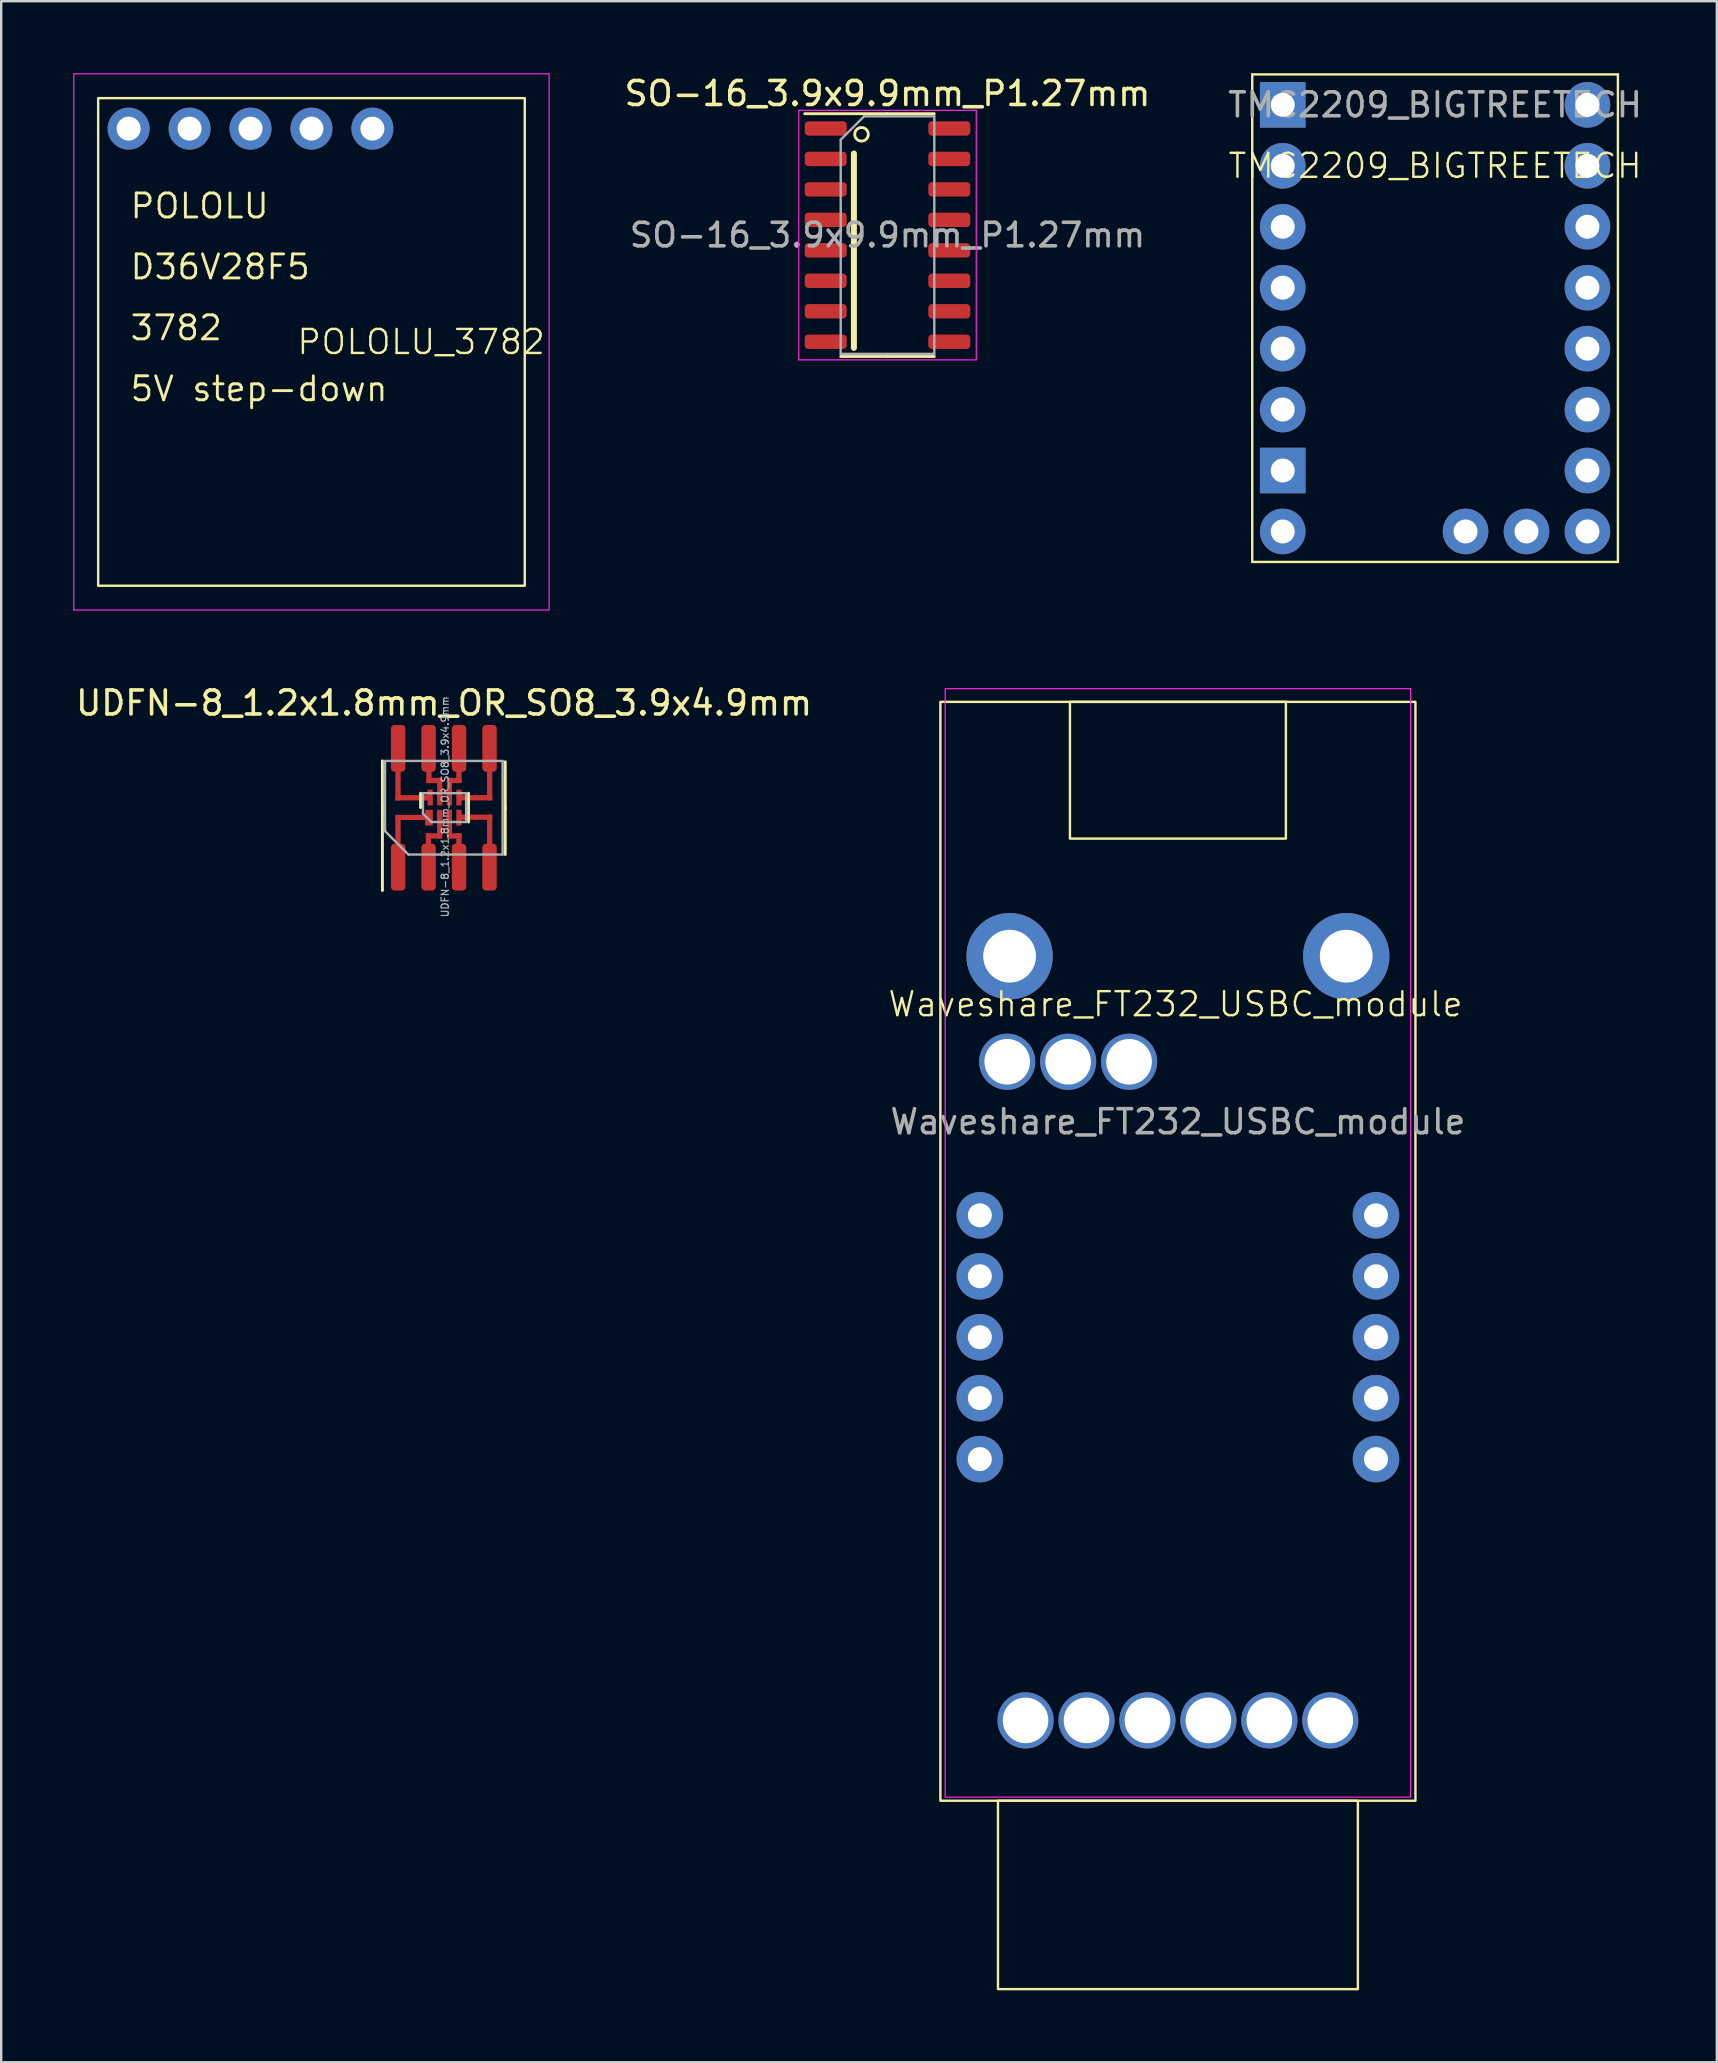
<source format=kicad_pcb>
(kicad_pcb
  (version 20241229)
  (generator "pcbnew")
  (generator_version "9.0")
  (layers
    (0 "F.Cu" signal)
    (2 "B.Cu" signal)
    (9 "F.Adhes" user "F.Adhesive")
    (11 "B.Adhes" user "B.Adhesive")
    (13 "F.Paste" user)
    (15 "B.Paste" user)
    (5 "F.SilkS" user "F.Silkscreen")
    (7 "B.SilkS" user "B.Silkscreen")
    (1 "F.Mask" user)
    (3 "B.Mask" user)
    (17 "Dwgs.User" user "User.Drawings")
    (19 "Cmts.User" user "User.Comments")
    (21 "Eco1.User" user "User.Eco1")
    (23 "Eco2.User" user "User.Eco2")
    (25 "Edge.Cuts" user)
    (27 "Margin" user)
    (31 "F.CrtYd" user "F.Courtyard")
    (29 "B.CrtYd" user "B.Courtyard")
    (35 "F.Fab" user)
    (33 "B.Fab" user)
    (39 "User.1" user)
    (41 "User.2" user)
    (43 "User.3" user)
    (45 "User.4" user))
  (footprint "SO-16_3.9x9.9mm_P1.27mm"
    (layer "F.Cu")
    (at 33.939 6.748)
    (property "Reference" "SO-16_3.9x9.9mm_P1.27mm" (at 0 -5.9 0) (layer "F.SilkS") (effects (font (size 1 1) (thickness 0.15))))
    (attr smd)
    (fp_line (start -1.4 -3.4) (end -1.4 4.7) (stroke (width 0.25) (type default)) (layer "F.SilkS"))
    (fp_line (start 0 -5.06) (end -3.45 -5.06) (stroke (width 0.12) (type solid)) (layer "F.SilkS"))
    (fp_line (start 0 -5.06) (end 1.95 -5.06) (stroke (width 0.12) (type solid)) (layer "F.SilkS"))
    (fp_line (start 0 5.06) (end -1.95 5.06) (stroke (width 0.12) (type solid)) (layer "F.SilkS"))
    (fp_line (start 0 5.06) (end 1.95 5.06) (stroke (width 0.12) (type solid)) (layer "F.SilkS"))
    (fp_circle (center -1.083 -4.2) (end -0.883 -4) (stroke (width 0.12) (type default)) (fill no) (layer "F.SilkS"))
    (fp_line (start -3.7 -5.2) (end -3.7 5.2) (stroke (width 0.05) (type solid)) (layer "F.CrtYd"))
    (fp_line (start -3.7 5.2) (end 3.7 5.2) (stroke (width 0.05) (type solid)) (layer "F.CrtYd"))
    (fp_line (start 3.7 -5.2) (end -3.7 -5.2) (stroke (width 0.05) (type solid)) (layer "F.CrtYd"))
    (fp_line (start 3.7 5.2) (end 3.7 -5.2) (stroke (width 0.05) (type solid)) (layer "F.CrtYd"))
    (fp_line (start -1.95 -3.975) (end -0.975 -4.95) (stroke (width 0.1) (type solid)) (layer "F.Fab"))
    (fp_line (start -1.95 4.95) (end -1.95 -3.975) (stroke (width 0.1) (type solid)) (layer "F.Fab"))
    (fp_line (start -0.975 -4.95) (end 1.95 -4.95) (stroke (width 0.1) (type solid)) (layer "F.Fab"))
    (fp_line (start 1.95 -4.95) (end 1.95 4.95) (stroke (width 0.1) (type solid)) (layer "F.Fab"))
    (fp_line (start 1.95 4.95) (end -1.95 4.95) (stroke (width 0.1) (type solid)) (layer "F.Fab"))
    (fp_text user "${REFERENCE}" (at 0 0 0) (layer "F.Fab") (effects (font (size 0.98 0.98) (thickness 0.15))))
    (pad "1" smd roundrect (at -2.575 -4.445) (size 1.75 0.6) (layers "F.Cu" "F.Mask" "F.Paste") (roundrect_rratio 0.25))
    (pad "2" smd roundrect (at -2.575 -3.175) (size 1.75 0.6) (layers "F.Cu" "F.Mask" "F.Paste") (roundrect_rratio 0.25))
    (pad "3" smd roundrect (at -2.575 -1.905) (size 1.75 0.6) (layers "F.Cu" "F.Mask" "F.Paste") (roundrect_rratio 0.25))
    (pad "4" smd roundrect (at -2.575 -0.635) (size 1.75 0.6) (layers "F.Cu" "F.Mask" "F.Paste") (roundrect_rratio 0.25))
    (pad "5" smd roundrect (at -2.575 0.635) (size 1.75 0.6) (layers "F.Cu" "F.Mask" "F.Paste") (roundrect_rratio 0.25))
    (pad "6" smd roundrect (at -2.575 1.905) (size 1.75 0.6) (layers "F.Cu" "F.Mask" "F.Paste") (roundrect_rratio 0.25))
    (pad "7" smd roundrect (at -2.575 3.175) (size 1.75 0.6) (layers "F.Cu" "F.Mask" "F.Paste") (roundrect_rratio 0.25))
    (pad "8" smd roundrect (at -2.575 4.445) (size 1.75 0.6) (layers "F.Cu" "F.Mask" "F.Paste") (roundrect_rratio 0.25))
    (pad "9" smd roundrect (at 2.575 4.445) (size 1.75 0.6) (layers "F.Cu" "F.Mask" "F.Paste") (roundrect_rratio 0.25))
    (pad "10" smd roundrect (at 2.575 3.175) (size 1.75 0.6) (layers "F.Cu" "F.Mask" "F.Paste") (roundrect_rratio 0.25))
    (pad "11" smd roundrect (at 2.575 1.905) (size 1.75 0.6) (layers "F.Cu" "F.Mask" "F.Paste") (roundrect_rratio 0.25))
    (pad "12" smd roundrect (at 2.575 0.635) (size 1.75 0.6) (layers "F.Cu" "F.Mask" "F.Paste") (roundrect_rratio 0.25))
    (pad "13" smd roundrect (at 2.575 -0.635) (size 1.75 0.6) (layers "F.Cu" "F.Mask" "F.Paste") (roundrect_rratio 0.25))
    (pad "14" smd roundrect (at 2.575 -1.905) (size 1.75 0.6) (layers "F.Cu" "F.Mask" "F.Paste") (roundrect_rratio 0.25))
    (pad "15" smd roundrect (at 2.575 -3.175) (size 1.75 0.6) (layers "F.Cu" "F.Mask" "F.Paste") (roundrect_rratio 0.25))
    (pad "16" smd roundrect (at 2.575 -4.445) (size 1.75 0.6) (layers "F.Cu" "F.Mask" "F.Paste") (roundrect_rratio 0.25)))
  (footprint "UDFN-8_1.2x1.8mm_OR_SO8_3.9x4.9mm"
    (layer "F.Cu")
    (at 15.448 30.61)
    (property "Reference" "UDFN-8_1.2x1.8mm_OR_SO8_3.9x4.9mm" (at 0.01 -4.36 0) (layer "F.SilkS") (effects (font (size 1 1) (thickness 0.15))))
    (attr smd)
    (fp_line (start -2.56 0) (end -2.56 -1.95) (stroke (width 0.12) (type solid)) (layer "F.SilkS"))
    (fp_line (start -2.56 0.005) (end -2.56 3.455) (stroke (width 0.12) (type solid)) (layer "F.SilkS"))
    (fp_line (start -0.97 -0.6) (end -0.97 0) (stroke (width 0.12) (type solid)) (layer "F.SilkS"))
    (fp_line (start 1.03 -0.6) (end 1.03 0.6) (stroke (width 0.12) (type solid)) (layer "F.SilkS"))
    (fp_line (start 2.56 0.005) (end 2.56 1.955) (stroke (width 0.12) (type solid)) (layer "F.SilkS"))
    (fp_line (start 2.56 0.04) (end 2.56 -1.91) (stroke (width 0.12) (type solid)) (layer "F.SilkS"))
    (fp_line (start -2.45 -1.945) (end 2.45 -1.945) (stroke (width 0.1) (type solid)) (layer "F.Fab"))
    (fp_line (start -2.45 0.98) (end -2.45 -1.945) (stroke (width 0.1) (type solid)) (layer "F.Fab"))
    (fp_line (start -1.475 1.955) (end -2.45 0.98) (stroke (width 0.1) (type solid)) (layer "F.Fab"))
    (fp_line (start -0.87 -0.6) (end 0.93 -0.6) (stroke (width 0.1) (type solid)) (layer "F.Fab"))
    (fp_line (start -0.87 0.25) (end -0.87 -0.6) (stroke (width 0.1) (type solid)) (layer "F.Fab"))
    (fp_line (start -0.52 0.6) (end -0.87 0.25) (stroke (width 0.1) (type solid)) (layer "F.Fab"))
    (fp_line (start 0.93 -0.6) (end 0.93 0.6) (stroke (width 0.1) (type solid)) (layer "F.Fab"))
    (fp_line (start 0.93 0.6) (end -0.52 0.6) (stroke (width 0.1) (type solid)) (layer "F.Fab"))
    (fp_line (start 2.45 -1.945) (end 2.45 1.955) (stroke (width 0.1) (type solid)) (layer "F.Fab"))
    (fp_line (start 2.45 1.955) (end -1.475 1.955) (stroke (width 0.1) (type solid)) (layer "F.Fab"))
    (fp_text user "${REFERENCE}" (at 0.05 -0.035 90) (layer "F.Fab") (effects (font (size 0.3 0.3) (thickness 0.05))))
    (pad "1" smd rect (at -1.91 1.08 90) (size 1.5 0.22) (layers "F.Cu"))
    (pad "1" smd roundrect (at -1.905 2.48 90) (size 1.95 0.6) (layers "F.Cu" "F.Mask" "F.Paste") (roundrect_rratio 0.25))
    (pad "1" smd rect (at -1.27 0.41 180) (size 1.5 0.22) (layers "F.Cu"))
    (pad "1" smd rect (at -0.62 0.42 90) (size 0.66 0.32) (layers "F.Cu" "F.Mask" "F.Paste"))
    (pad "2" smd rect (at -0.64 1.6 270) (size 1.06 0.22) (layers "F.Cu"))
    (pad "2" smd roundrect (at -0.635 2.48 90) (size 1.95 0.6) (layers "F.Cu" "F.Mask" "F.Paste") (roundrect_rratio 0.25))
    (pad "2" smd rect (at -0.43 1.18 180) (size 0.64 0.22) (layers "F.Cu"))
    (pad "2" smd rect (at -0.17 0.42 90) (size 0.66 0.22) (layers "F.Cu" "F.Mask" "F.Paste"))
    (pad "2" smd rect (at -0.17 0.75 90) (size 1.08 0.22) (layers "F.Cu"))
    (pad "3" smd rect (at 0.23 0.42 90) (size 0.66 0.22) (layers "F.Cu" "F.Mask" "F.Paste"))
    (pad "3" smd rect (at 0.23 0.75 90) (size 1.08 0.22) (layers "F.Cu"))
    (pad "3" smd rect (at 0.445 1.18 180) (size 0.59 0.22) (layers "F.Cu"))
    (pad "3" smd rect (at 0.63 1.61 270) (size 1.08 0.22) (layers "F.Cu"))
    (pad "3" smd roundrect (at 0.635 2.48 90) (size 1.95 0.6) (layers "F.Cu" "F.Mask" "F.Paste") (roundrect_rratio 0.25))
    (pad "4" smd rect (at 0.63 0.42 90) (size 0.66 0.22) (layers "F.Cu" "F.Mask" "F.Paste"))
    (pad "4" smd rect (at 1.285 0.4 180) (size 1.47 0.22) (layers "F.Cu"))
    (pad "4" smd roundrect (at 1.905 2.48 90) (size 1.95 0.6) (layers "F.Cu" "F.Mask" "F.Paste") (roundrect_rratio 0.25))
    (pad "4" smd rect (at 1.91 1.04 270) (size 1.5 0.22) (layers "F.Cu"))
    (pad "5" smd rect (at 0.63 -0.42 90) (size 0.66 0.22) (layers "F.Cu" "F.Mask" "F.Paste"))
    (pad "5" smd rect (at 1.285 -0.41 180) (size 1.47 0.22) (layers "F.Cu"))
    (pad "5" smd roundrect (at 1.905 -2.47 90) (size 1.95 0.6) (layers "F.Cu" "F.Mask" "F.Paste") (roundrect_rratio 0.25))
    (pad "5" smd rect (at 1.91 -1.04 270) (size 1.47 0.22) (layers "F.Cu"))
    (pad "6" smd rect (at 0.23 -0.781 270) (size 0.918 0.22) (layers "F.Cu"))
    (pad "6" smd rect (at 0.23 -0.42 90) (size 0.66 0.22) (layers "F.Cu" "F.Mask" "F.Paste"))
    (pad "6" smd rect (at 0.445 -1.13 180) (size 0.59 0.22) (layers "F.Cu"))
    (pad "6" smd rect (at 0.63 -1.6 270) (size 1.045 0.22) (layers "F.Cu"))
    (pad "6" smd roundrect (at 0.635 -2.47 90) (size 1.95 0.6) (layers "F.Cu" "F.Mask" "F.Paste") (roundrect_rratio 0.25))
    (pad "7" smd roundrect (at -0.635 -2.47 90) (size 1.95 0.6) (layers "F.Cu" "F.Mask" "F.Paste") (roundrect_rratio 0.25))
    (pad "7" smd rect (at -0.62 -1.36 270) (size 0.66 0.22) (layers "F.Cu"))
    (pad "7" smd rect (at -0.42 -1.13 180) (size 0.62 0.22) (layers "F.Cu"))
    (pad "7" smd rect (at -0.17 -0.74 270) (size 0.999 0.22) (layers "F.Cu"))
    (pad "7" smd rect (at -0.17 -0.42 90) (size 0.66 0.22) (layers "F.Cu" "F.Mask" "F.Paste"))
    (pad "8" smd rect (at -1.91 -1.05 90) (size 1.5 0.22) (layers "F.Cu"))
    (pad "8" smd roundrect (at -1.905 -2.47 90) (size 1.95 0.6) (layers "F.Cu" "F.Mask" "F.Paste") (roundrect_rratio 0.25))
    (pad "8" smd rect (at -1.27 -0.41 180) (size 1.5 0.22) (layers "F.Cu"))
    (pad "8" smd rect (at -0.57 -0.42 90) (size 0.66 0.22) (layers "F.Cu" "F.Mask" "F.Paste")))
  (footprint "Waveshare_FT232_USBC_module"
    (layer "F.Cu")
    (at 46.043 41.202)
    (property "Reference" "Waveshare_FT232_USBC_module" (at -0.1 -2.4 0) (unlocked yes) (layer "F.SilkS") (effects (font (size 1 1) (thickness 0.1))))
    (attr through_hole)
    (fp_rect (start -9.9 -15) (end 9.9 30.8) (stroke (width 0.1) (type default)) (fill no) (layer "F.SilkS"))
    (fp_rect (start -7.5 30.8) (end 7.5 38.65) (stroke (width 0.1) (type default)) (fill no) (layer "F.SilkS"))
    (fp_rect (start -4.5 -15) (end 4.5 -9.3) (stroke (width 0.1) (type default)) (fill no) (layer "F.SilkS"))
    (fp_rect (start -9.7 -15.55) (end 9.7 30.65) (stroke (width 0.05) (type default)) (fill no) (layer "F.CrtYd"))
    (fp_text user "${REFERENCE}" (at 0 2.5 0) (unlocked yes) (layer "F.Fab") (effects (font (size 1 1) (thickness 0.15))))
    (pad "" thru_hole circle (at -7.015 -4.4) (size 3.6 3.6) (drill 2.2) (layers "*.Cu" "*.Mask"))
    (pad "" thru_hole circle (at 7.015 -4.4) (size 3.6 3.6) (drill 2.2) (layers "*.Cu" "*.Mask"))
    (pad "1" thru_hole circle (at -6.35 27.45) (size 2.34 2.34) (drill 1.9) (layers "*.Cu" "*.Mask"))
    (pad "2" thru_hole circle (at -3.81 27.45) (size 2.34 2.34) (drill 1.9) (layers "*.Cu" "*.Mask"))
    (pad "3" thru_hole circle (at -1.27 27.45) (size 2.34 2.34) (drill 1.9) (layers "*.Cu" "*.Mask"))
    (pad "4" thru_hole circle (at 1.27 27.45) (size 2.34 2.34) (drill 1.9) (layers "*.Cu" "*.Mask"))
    (pad "5" thru_hole circle (at 3.81 27.45) (size 2.34 2.34) (drill 1.9) (layers "*.Cu" "*.Mask"))
    (pad "6" thru_hole circle (at 6.35 27.45) (size 2.34 2.34) (drill 1.9) (layers "*.Cu" "*.Mask"))
    (pad "7" thru_hole circle (at -7.115 0) (size 2.34 2.34) (drill 1.9) (layers "*.Cu" "*.Mask"))
    (pad "8" thru_hole circle (at -4.575 0) (size 2.34 2.34) (drill 1.9) (layers "*.Cu" "*.Mask"))
    (pad "9" thru_hole circle (at -2.035 0) (size 2.34 2.34) (drill 1.9) (layers "*.Cu" "*.Mask"))
    (pad "10" thru_hole circle (at -8.255 16.56) (size 1.94 1.94) (drill 1) (layers "*.Cu" "*.Mask"))
    (pad "11" thru_hole circle (at -8.255 14.02) (size 1.94 1.94) (drill 1) (layers "*.Cu" "*.Mask"))
    (pad "12" thru_hole circle (at -8.255 11.48) (size 1.94 1.94) (drill 1) (layers "*.Cu" "*.Mask"))
    (pad "13" thru_hole circle (at -8.255 8.94) (size 1.94 1.94) (drill 1) (layers "*.Cu" "*.Mask"))
    (pad "14" thru_hole circle (at -8.255 6.4) (size 1.94 1.94) (drill 1) (layers "*.Cu" "*.Mask"))
    (pad "15" thru_hole circle (at 8.255 16.56) (size 1.94 1.94) (drill 1) (layers "*.Cu" "*.Mask"))
    (pad "16" thru_hole circle (at 8.255 14.02 180) (size 1.94 1.94) (drill 1) (layers "*.Cu" "*.Mask"))
    (pad "17" thru_hole circle (at 8.255 11.48) (size 1.94 1.94) (drill 1) (layers "*.Cu" "*.Mask"))
    (pad "18" thru_hole circle (at 8.255 8.94) (size 1.94 1.94) (drill 1) (layers "*.Cu" "*.Mask"))
    (pad "19" thru_hole circle (at 8.255 6.4) (size 1.94 1.94) (drill 1) (layers "*.Cu" "*.Mask"))
    (zone (net_name "") (layer "F.Cu") (hatch edge 0.5) (connect_pads) (min_thickness 0.25) (filled_areas_thickness no) (keepout (tracks allowed) (vias allowed) (pads allowed) (copperpour not_allowed) (footprints allowed)) (placement (enabled no)) (fill) (polygon (pts (xy 36.043 25.402) (xy 56.043 25.402) (xy 56.043 72.102) (xy 36.043 72.102)))))
  (footprint "TMC2209_BIGTREETECH"
    (layer "F.Cu")
    (at 56.761 10.21)
    (property "Reference" "TMC2209_BIGTREETECH" (at 0 -6.35 0) (unlocked yes) (layer "F.SilkS") (effects (font (size 1 1) (thickness 0.1))))
    (attr through_hole)
    (fp_line (start -7.62 -10.16) (end 7.62 -10.16) (stroke (width 0.1) (type default)) (layer "F.SilkS"))
    (fp_line (start -7.62 10.16) (end -7.62 -10.16) (stroke (width 0.1) (type default)) (layer "F.SilkS"))
    (fp_line (start 7.62 -10.16) (end 7.62 10.16) (stroke (width 0.1) (type default)) (layer "F.SilkS"))
    (fp_line (start 7.62 10.16) (end -7.62 10.16) (stroke (width 0.1) (type default)) (layer "F.SilkS"))
    (fp_text user "${REFERENCE}" (at 0 -8.89 0) (unlocked yes) (layer "F.Fab") (effects (font (size 1 1) (thickness 0.15))))
    (pad "1" thru_hole rect (at -6.35 -8.89) (size 1.9 1.9) (drill 1) (layers "*.Cu" "*.Mask"))
    (pad "2" thru_hole circle (at -6.35 -6.35) (size 1.9 1.9) (drill 1) (layers "*.Cu" "*.Mask"))
    (pad "3" thru_hole circle (at -6.35 -3.81) (size 1.9 1.9) (drill 1) (layers "*.Cu" "*.Mask"))
    (pad "4" thru_hole circle (at -6.35 -1.27) (size 1.9 1.9) (drill 1) (layers "*.Cu" "*.Mask"))
    (pad "5" thru_hole circle (at -6.35 1.27) (size 1.9 1.9) (drill 1) (layers "*.Cu" "*.Mask"))
    (pad "6" thru_hole circle (at -6.35 3.81) (size 1.9 1.9) (drill 1) (layers "*.Cu" "*.Mask"))
    (pad "7" thru_hole rect (at -6.35 6.35) (size 1.9 1.9) (drill 1) (layers "*.Cu" "*.Mask"))
    (pad "8" thru_hole circle (at -6.35 8.89) (size 1.9 1.9) (drill 1) (layers "*.Cu" "*.Mask"))
    (pad "9" thru_hole circle (at 1.27 8.89) (size 1.9 1.9) (drill 1) (layers "*.Cu" "*.Mask"))
    (pad "10" thru_hole circle (at 3.81 8.89) (size 1.9 1.9) (drill 1) (layers "*.Cu" "*.Mask"))
    (pad "11" thru_hole circle (at 6.35 8.89) (size 1.9 1.9) (drill 1) (layers "*.Cu" "*.Mask"))
    (pad "12" thru_hole circle (at 6.35 6.35) (size 1.9 1.9) (drill 1) (layers "*.Cu" "*.Mask"))
    (pad "13" thru_hole circle (at 6.35 3.81) (size 1.9 1.9) (drill 1) (layers "*.Cu" "*.Mask"))
    (pad "14" thru_hole circle (at 6.35 1.27) (size 1.9 1.9) (drill 1) (layers "*.Cu" "*.Mask"))
    (pad "15" thru_hole circle (at 6.35 -1.27) (size 1.9 1.9) (drill 1) (layers "*.Cu" "*.Mask"))
    (pad "16" thru_hole circle (at 6.35 -3.81) (size 1.9 1.9) (drill 1) (layers "*.Cu" "*.Mask"))
    (pad "17" thru_hole circle (at 6.35 -6.35) (size 1.9 1.9) (drill 1) (layers "*.Cu" "*.Mask"))
    (pad "18" thru_hole circle (at 6.35 -8.89) (size 1.9 1.9) (drill 1) (layers "*.Cu" "*.Mask")))
  (footprint "POLOLU_3782"
    (layer "F.Cu")
    (at 9.931 11.201)
    (property "Reference" "POLOLU_3782" (at 4.572 0 0) (unlocked yes) (layer "F.SilkS") (effects (font (size 1 1) (thickness 0.1))))
    (fp_rect (start -8.89 -10.16) (end 8.89 10.16) (stroke (width 0.1) (type default)) (fill no) (layer "F.SilkS"))
    (fp_rect (start -9.906 -11.176) (end 9.906 11.176) (stroke (width 0.05) (type default)) (fill no) (layer "F.CrtYd"))
    (fp_text user "D36V28F5" (at -7.62 -2.54 0) (unlocked yes) (layer "F.SilkS") (effects (font (size 1 1) (thickness 0.12)) (justify left bottom)))
    (fp_text user "POLOLU" (at -7.62 -5.08 0) (unlocked yes) (layer "F.SilkS") (effects (font (size 1 1) (thickness 0.12)) (justify left bottom)))
    (fp_text user "3782" (at -7.62 0 0) (unlocked yes) (layer "F.SilkS") (effects (font (size 1 1) (thickness 0.12)) (justify left bottom)))
    (fp_text user "5V step-down" (at -7.62 2.54 0) (unlocked yes) (layer "F.SilkS") (effects (font (size 1 1) (thickness 0.12)) (justify left bottom)))
    (pad "1" thru_hole circle (at -2.54 -8.89 180) (size 1.75 1.75) (drill 1) (layers "*.Cu" "*.Mask"))
    (pad "2" thru_hole circle (at 0 -8.89 180) (size 1.75 1.75) (drill 1) (layers "*.Cu" "*.Mask"))
    (pad "2" thru_hole circle (at 2.54 -8.89 180) (size 1.75 1.75) (drill 1) (layers "*.Cu" "*.Mask"))
    (pad "3" thru_hole circle (at -5.08 -8.89 180) (size 1.75 1.75) (drill 1) (layers "*.Cu" "*.Mask"))
    (pad "4" thru_hole circle (at -7.62 -8.89 180) (size 1.75 1.75) (drill 1) (layers "*.Cu" "*.Mask"))
    (zone (net_name "") (layer "F.Cu") (hatch edge 0.5) (connect_pads) (min_thickness 0.25) (filled_areas_thickness no) (keepout (tracks allowed) (vias allowed) (pads allowed) (copperpour not_allowed) (footprints allowed)) (placement (enabled no)) (fill) (polygon (pts (xy 0.025 0.025) (xy 19.837 0.025) (xy 19.837 22.377) (xy 0.025 22.377)))))
  (gr_rect
    (start -3 -3)
    (end 68.505 82.902)
    (stroke (width 0.1) (type default))
    (fill no)
    (layer "Edge.Cuts")))
</source>
